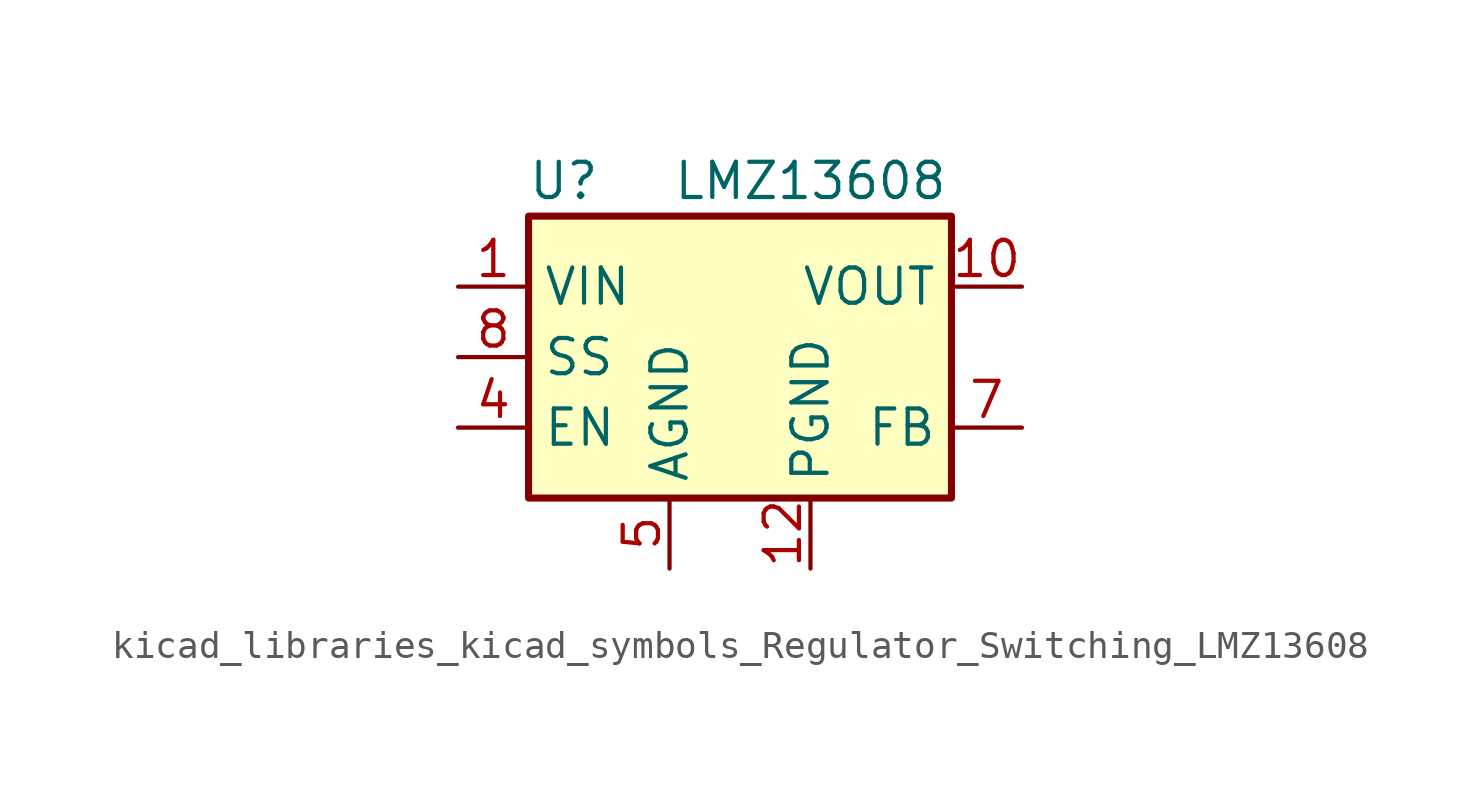
<source format=kicad_sym>
(kicad_symbol_lib
  (version 20220914)
  (generator kicad_symbol_editor)
  (symbol "kicad_libraries_kicad_symbols_Regulator_Switching_LMZ13608"
    (property "Reference" "U"
      (at -6.35 6.35 0)
      (effects (font (size 1.27 1.27))))
    (property "Value" "LMZ13608"
      (at 2.54 6.35 0)
      (effects (font (size 1.27 1.27))))
    (symbol "kicad_libraries_kicad_symbols_Regulator_Switching_LMZ13608_0_1"
      (rectangle (start -7.62 5.08) (end 7.62 -5.08) (stroke (width 0.254) (type default)) (fill (type background))))
    (symbol "kicad_libraries_kicad_symbols_Regulator_Switching_LMZ13608_1_1"
      (pin power_in line (at -10.16 2.54 0) (length 2.54) (name "VIN" (effects (font (size 1.27 1.27)))) (number "1" (effects (font (size 1.27 1.27)))))
      (pin power_out line (at 10.16 2.54 180) (length 2.54) (name "VOUT" (effects (font (size 1.27 1.27)))) (number "10" (effects (font (size 1.27 1.27)))))
      (pin passive line (at 10.16 2.54 180) (length 2.54) hide (name "VOUT" (effects (font (size 1.27 1.27)))) (number "11" (effects (font (size 1.27 1.27)))))
      (pin power_in line (at 2.54 -7.62 90) (length 2.54) (name "PGND" (effects (font (size 1.27 1.27)))) (number "12" (effects (font (size 1.27 1.27)))))
      (pin passive line (at -10.16 2.54 0) (length 2.54) hide (name "VIN" (effects (font (size 1.27 1.27)))) (number "2" (effects (font (size 1.27 1.27)))))
      (pin passive line (at -2.54 -7.62 90) (length 2.54) hide (name "AGND" (effects (font (size 1.27 1.27)))) (number "3" (effects (font (size 1.27 1.27)))))
      (pin input line (at -10.16 -2.54 0) (length 2.54) (name "EN" (effects (font (size 1.27 1.27)))) (number "4" (effects (font (size 1.27 1.27)))))
      (pin power_in line (at -2.54 -7.62 90) (length 2.54) (name "AGND" (effects (font (size 1.27 1.27)))) (number "5" (effects (font (size 1.27 1.27)))))
      (pin passive line (at -2.54 -7.62 90) (length 2.54) hide (name "AGND" (effects (font (size 1.27 1.27)))) (number "6" (effects (font (size 1.27 1.27)))))
      (pin input line (at 10.16 -2.54 180) (length 2.54) (name "FB" (effects (font (size 1.27 1.27)))) (number "7" (effects (font (size 1.27 1.27)))))
      (pin input line (at -10.16 0 0) (length 2.54) (name "SS" (effects (font (size 1.27 1.27)))) (number "8" (effects (font (size 1.27 1.27)))))
      (pin no_connect line (at 7.62 0 180) (length 2.54) hide (name "NC" (effects (font (size 1.27 1.27)))) (number "9" (effects (font (size 1.27 1.27))))))))
</source>
